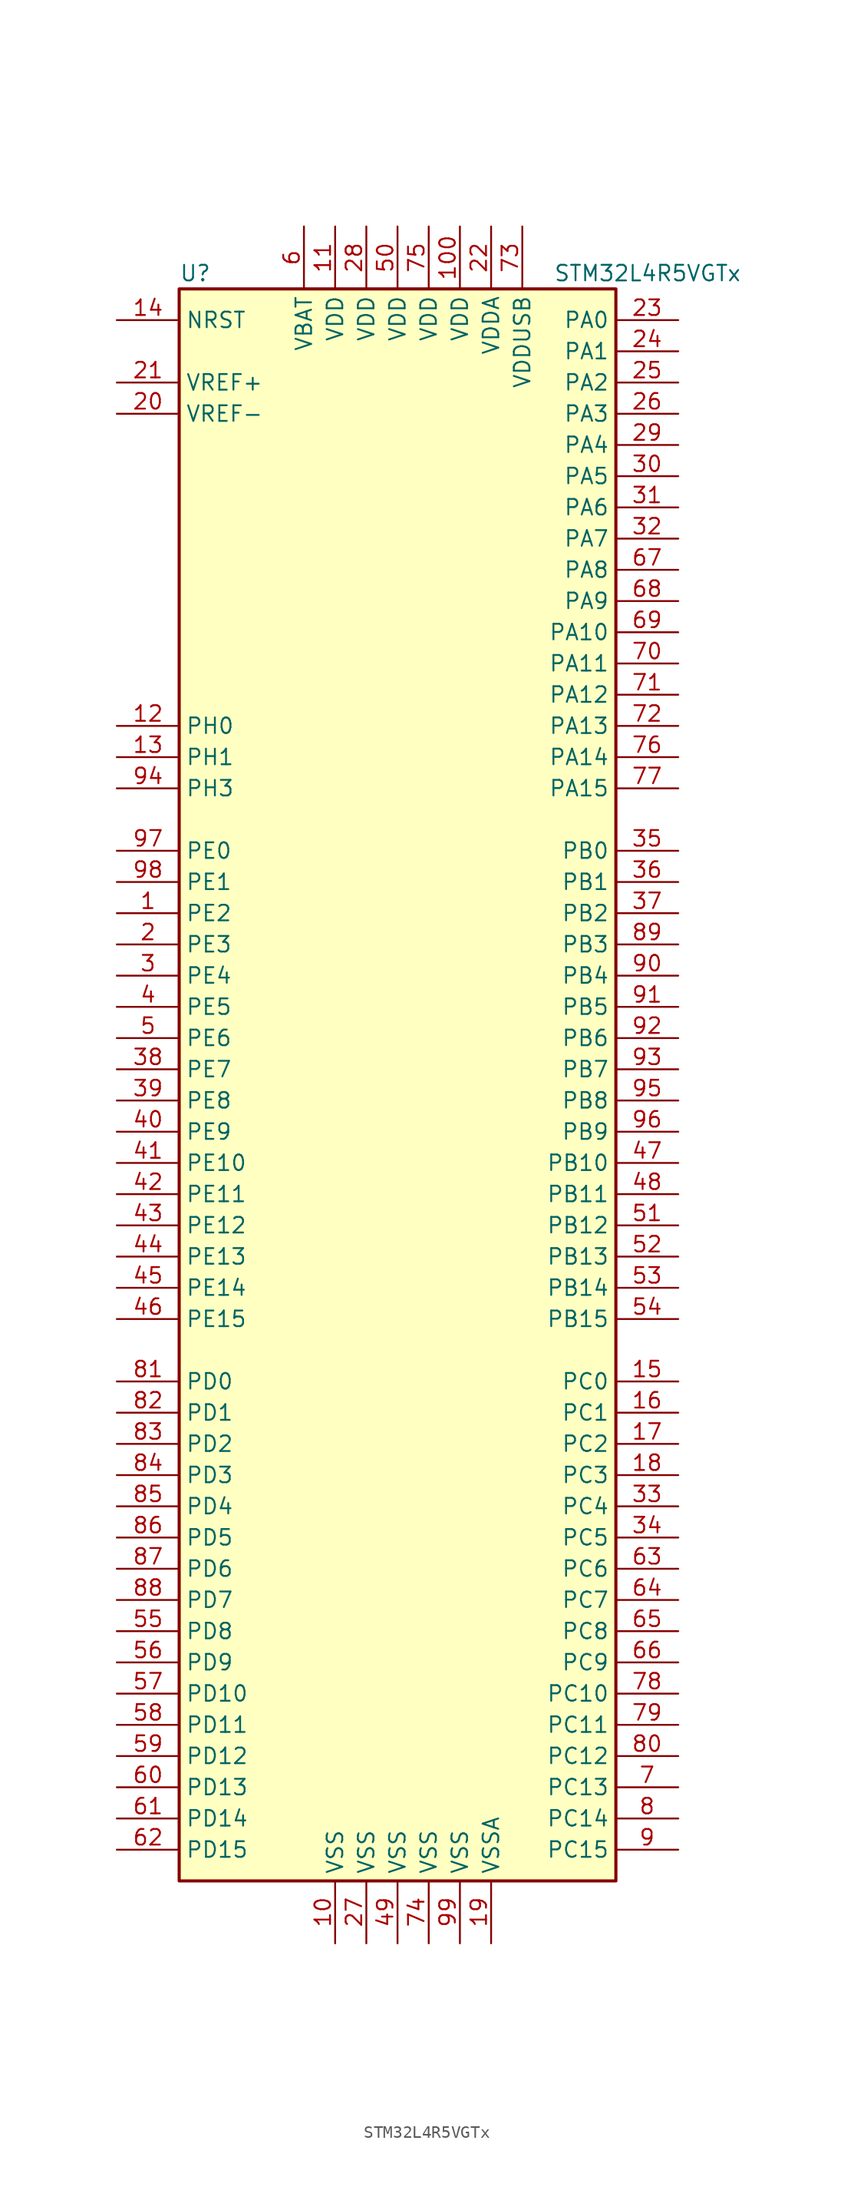
<source format=kicad_sym>
(kicad_symbol_lib
  (version 20211014)
  (generator kicad_symbol_editor)
  (symbol "STM32L4R5VGTx"
    (property "Reference" "U"
      (at -17.78 64.77 0)
      (effects (font (size 1.27 1.27)) (justify left)))
    (property "Value" "STM32L4R5VGTx"
      (at 12.7 64.77 0)
      (effects (font (size 1.27 1.27)) (justify left)))
    (symbol "STM32L4R5VGTx_0_1"
      (rectangle (start -17.78 -66.04) (end 17.78 63.5) (stroke (width 0.254) (type default) (color 0 0 0 0)) (fill (type background))))
    (symbol "STM32L4R5VGTx_1_1"
      (pin bidirectional line (at -22.86 12.7 0) (length 5.08) (name "PE2" (effects (font (size 1.27 1.27)))) (number "1" (effects (font (size 1.27 1.27)))))
      (pin power_in line (at -5.08 -71.12 90) (length 5.08) (name "VSS" (effects (font (size 1.27 1.27)))) (number "10" (effects (font (size 1.27 1.27)))))
      (pin power_in line (at 5.08 68.58 270) (length 5.08) (name "VDD" (effects (font (size 1.27 1.27)))) (number "100" (effects (font (size 1.27 1.27)))))
      (pin power_in line (at -5.08 68.58 270) (length 5.08) (name "VDD" (effects (font (size 1.27 1.27)))) (number "11" (effects (font (size 1.27 1.27)))))
      (pin input line (at -22.86 27.94 0) (length 5.08) (name "PH0" (effects (font (size 1.27 1.27)))) (number "12" (effects (font (size 1.27 1.27)))))
      (pin input line (at -22.86 25.4 0) (length 5.08) (name "PH1" (effects (font (size 1.27 1.27)))) (number "13" (effects (font (size 1.27 1.27)))))
      (pin input line (at -22.86 60.96 0) (length 5.08) (name "NRST" (effects (font (size 1.27 1.27)))) (number "14" (effects (font (size 1.27 1.27)))))
      (pin bidirectional line (at 22.86 -25.4 180) (length 5.08) (name "PC0" (effects (font (size 1.27 1.27)))) (number "15" (effects (font (size 1.27 1.27)))))
      (pin bidirectional line (at 22.86 -27.94 180) (length 5.08) (name "PC1" (effects (font (size 1.27 1.27)))) (number "16" (effects (font (size 1.27 1.27)))))
      (pin bidirectional line (at 22.86 -30.48 180) (length 5.08) (name "PC2" (effects (font (size 1.27 1.27)))) (number "17" (effects (font (size 1.27 1.27)))))
      (pin bidirectional line (at 22.86 -33.02 180) (length 5.08) (name "PC3" (effects (font (size 1.27 1.27)))) (number "18" (effects (font (size 1.27 1.27)))))
      (pin power_in line (at 7.62 -71.12 90) (length 5.08) (name "VSSA" (effects (font (size 1.27 1.27)))) (number "19" (effects (font (size 1.27 1.27)))))
      (pin bidirectional line (at -22.86 10.16 0) (length 5.08) (name "PE3" (effects (font (size 1.27 1.27)))) (number "2" (effects (font (size 1.27 1.27)))))
      (pin power_in line (at -22.86 53.34 0) (length 5.08) (name "VREF-" (effects (font (size 1.27 1.27)))) (number "20" (effects (font (size 1.27 1.27)))))
      (pin bidirectional line (at -22.86 55.88 0) (length 5.08) (name "VREF+" (effects (font (size 1.27 1.27)))) (number "21" (effects (font (size 1.27 1.27)))))
      (pin power_in line (at 7.62 68.58 270) (length 5.08) (name "VDDA" (effects (font (size 1.27 1.27)))) (number "22" (effects (font (size 1.27 1.27)))))
      (pin bidirectional line (at 22.86 60.96 180) (length 5.08) (name "PA0" (effects (font (size 1.27 1.27)))) (number "23" (effects (font (size 1.27 1.27)))))
      (pin bidirectional line (at 22.86 58.42 180) (length 5.08) (name "PA1" (effects (font (size 1.27 1.27)))) (number "24" (effects (font (size 1.27 1.27)))))
      (pin bidirectional line (at 22.86 55.88 180) (length 5.08) (name "PA2" (effects (font (size 1.27 1.27)))) (number "25" (effects (font (size 1.27 1.27)))))
      (pin bidirectional line (at 22.86 53.34 180) (length 5.08) (name "PA3" (effects (font (size 1.27 1.27)))) (number "26" (effects (font (size 1.27 1.27)))))
      (pin power_in line (at -2.54 -71.12 90) (length 5.08) (name "VSS" (effects (font (size 1.27 1.27)))) (number "27" (effects (font (size 1.27 1.27)))))
      (pin power_in line (at -2.54 68.58 270) (length 5.08) (name "VDD" (effects (font (size 1.27 1.27)))) (number "28" (effects (font (size 1.27 1.27)))))
      (pin bidirectional line (at 22.86 50.8 180) (length 5.08) (name "PA4" (effects (font (size 1.27 1.27)))) (number "29" (effects (font (size 1.27 1.27)))))
      (pin bidirectional line (at -22.86 7.62 0) (length 5.08) (name "PE4" (effects (font (size 1.27 1.27)))) (number "3" (effects (font (size 1.27 1.27)))))
      (pin bidirectional line (at 22.86 48.26 180) (length 5.08) (name "PA5" (effects (font (size 1.27 1.27)))) (number "30" (effects (font (size 1.27 1.27)))))
      (pin bidirectional line (at 22.86 45.72 180) (length 5.08) (name "PA6" (effects (font (size 1.27 1.27)))) (number "31" (effects (font (size 1.27 1.27)))))
      (pin bidirectional line (at 22.86 43.18 180) (length 5.08) (name "PA7" (effects (font (size 1.27 1.27)))) (number "32" (effects (font (size 1.27 1.27)))))
      (pin bidirectional line (at 22.86 -35.56 180) (length 5.08) (name "PC4" (effects (font (size 1.27 1.27)))) (number "33" (effects (font (size 1.27 1.27)))))
      (pin bidirectional line (at 22.86 -38.1 180) (length 5.08) (name "PC5" (effects (font (size 1.27 1.27)))) (number "34" (effects (font (size 1.27 1.27)))))
      (pin bidirectional line (at 22.86 17.78 180) (length 5.08) (name "PB0" (effects (font (size 1.27 1.27)))) (number "35" (effects (font (size 1.27 1.27)))))
      (pin bidirectional line (at 22.86 15.24 180) (length 5.08) (name "PB1" (effects (font (size 1.27 1.27)))) (number "36" (effects (font (size 1.27 1.27)))))
      (pin bidirectional line (at 22.86 12.7 180) (length 5.08) (name "PB2" (effects (font (size 1.27 1.27)))) (number "37" (effects (font (size 1.27 1.27)))))
      (pin bidirectional line (at -22.86 0 0) (length 5.08) (name "PE7" (effects (font (size 1.27 1.27)))) (number "38" (effects (font (size 1.27 1.27)))))
      (pin bidirectional line (at -22.86 -2.54 0) (length 5.08) (name "PE8" (effects (font (size 1.27 1.27)))) (number "39" (effects (font (size 1.27 1.27)))))
      (pin bidirectional line (at -22.86 5.08 0) (length 5.08) (name "PE5" (effects (font (size 1.27 1.27)))) (number "4" (effects (font (size 1.27 1.27)))))
      (pin bidirectional line (at -22.86 -5.08 0) (length 5.08) (name "PE9" (effects (font (size 1.27 1.27)))) (number "40" (effects (font (size 1.27 1.27)))))
      (pin bidirectional line (at -22.86 -7.62 0) (length 5.08) (name "PE10" (effects (font (size 1.27 1.27)))) (number "41" (effects (font (size 1.27 1.27)))))
      (pin bidirectional line (at -22.86 -10.16 0) (length 5.08) (name "PE11" (effects (font (size 1.27 1.27)))) (number "42" (effects (font (size 1.27 1.27)))))
      (pin bidirectional line (at -22.86 -12.7 0) (length 5.08) (name "PE12" (effects (font (size 1.27 1.27)))) (number "43" (effects (font (size 1.27 1.27)))))
      (pin bidirectional line (at -22.86 -15.24 0) (length 5.08) (name "PE13" (effects (font (size 1.27 1.27)))) (number "44" (effects (font (size 1.27 1.27)))))
      (pin bidirectional line (at -22.86 -17.78 0) (length 5.08) (name "PE14" (effects (font (size 1.27 1.27)))) (number "45" (effects (font (size 1.27 1.27)))))
      (pin bidirectional line (at -22.86 -20.32 0) (length 5.08) (name "PE15" (effects (font (size 1.27 1.27)))) (number "46" (effects (font (size 1.27 1.27)))))
      (pin bidirectional line (at 22.86 -7.62 180) (length 5.08) (name "PB10" (effects (font (size 1.27 1.27)))) (number "47" (effects (font (size 1.27 1.27)))))
      (pin bidirectional line (at 22.86 -10.16 180) (length 5.08) (name "PB11" (effects (font (size 1.27 1.27)))) (number "48" (effects (font (size 1.27 1.27)))))
      (pin power_in line (at 0 -71.12 90) (length 5.08) (name "VSS" (effects (font (size 1.27 1.27)))) (number "49" (effects (font (size 1.27 1.27)))))
      (pin bidirectional line (at -22.86 2.54 0) (length 5.08) (name "PE6" (effects (font (size 1.27 1.27)))) (number "5" (effects (font (size 1.27 1.27)))))
      (pin power_in line (at 0 68.58 270) (length 5.08) (name "VDD" (effects (font (size 1.27 1.27)))) (number "50" (effects (font (size 1.27 1.27)))))
      (pin bidirectional line (at 22.86 -12.7 180) (length 5.08) (name "PB12" (effects (font (size 1.27 1.27)))) (number "51" (effects (font (size 1.27 1.27)))))
      (pin bidirectional line (at 22.86 -15.24 180) (length 5.08) (name "PB13" (effects (font (size 1.27 1.27)))) (number "52" (effects (font (size 1.27 1.27)))))
      (pin bidirectional line (at 22.86 -17.78 180) (length 5.08) (name "PB14" (effects (font (size 1.27 1.27)))) (number "53" (effects (font (size 1.27 1.27)))))
      (pin bidirectional line (at 22.86 -20.32 180) (length 5.08) (name "PB15" (effects (font (size 1.27 1.27)))) (number "54" (effects (font (size 1.27 1.27)))))
      (pin bidirectional line (at -22.86 -45.72 0) (length 5.08) (name "PD8" (effects (font (size 1.27 1.27)))) (number "55" (effects (font (size 1.27 1.27)))))
      (pin bidirectional line (at -22.86 -48.26 0) (length 5.08) (name "PD9" (effects (font (size 1.27 1.27)))) (number "56" (effects (font (size 1.27 1.27)))))
      (pin bidirectional line (at -22.86 -50.8 0) (length 5.08) (name "PD10" (effects (font (size 1.27 1.27)))) (number "57" (effects (font (size 1.27 1.27)))))
      (pin bidirectional line (at -22.86 -53.34 0) (length 5.08) (name "PD11" (effects (font (size 1.27 1.27)))) (number "58" (effects (font (size 1.27 1.27)))))
      (pin bidirectional line (at -22.86 -55.88 0) (length 5.08) (name "PD12" (effects (font (size 1.27 1.27)))) (number "59" (effects (font (size 1.27 1.27)))))
      (pin power_in line (at -7.62 68.58 270) (length 5.08) (name "VBAT" (effects (font (size 1.27 1.27)))) (number "6" (effects (font (size 1.27 1.27)))))
      (pin bidirectional line (at -22.86 -58.42 0) (length 5.08) (name "PD13" (effects (font (size 1.27 1.27)))) (number "60" (effects (font (size 1.27 1.27)))))
      (pin bidirectional line (at -22.86 -60.96 0) (length 5.08) (name "PD14" (effects (font (size 1.27 1.27)))) (number "61" (effects (font (size 1.27 1.27)))))
      (pin bidirectional line (at -22.86 -63.5 0) (length 5.08) (name "PD15" (effects (font (size 1.27 1.27)))) (number "62" (effects (font (size 1.27 1.27)))))
      (pin bidirectional line (at 22.86 -40.64 180) (length 5.08) (name "PC6" (effects (font (size 1.27 1.27)))) (number "63" (effects (font (size 1.27 1.27)))))
      (pin bidirectional line (at 22.86 -43.18 180) (length 5.08) (name "PC7" (effects (font (size 1.27 1.27)))) (number "64" (effects (font (size 1.27 1.27)))))
      (pin bidirectional line (at 22.86 -45.72 180) (length 5.08) (name "PC8" (effects (font (size 1.27 1.27)))) (number "65" (effects (font (size 1.27 1.27)))))
      (pin bidirectional line (at 22.86 -48.26 180) (length 5.08) (name "PC9" (effects (font (size 1.27 1.27)))) (number "66" (effects (font (size 1.27 1.27)))))
      (pin bidirectional line (at 22.86 40.64 180) (length 5.08) (name "PA8" (effects (font (size 1.27 1.27)))) (number "67" (effects (font (size 1.27 1.27)))))
      (pin bidirectional line (at 22.86 38.1 180) (length 5.08) (name "PA9" (effects (font (size 1.27 1.27)))) (number "68" (effects (font (size 1.27 1.27)))))
      (pin bidirectional line (at 22.86 35.56 180) (length 5.08) (name "PA10" (effects (font (size 1.27 1.27)))) (number "69" (effects (font (size 1.27 1.27)))))
      (pin bidirectional line (at 22.86 -58.42 180) (length 5.08) (name "PC13" (effects (font (size 1.27 1.27)))) (number "7" (effects (font (size 1.27 1.27)))))
      (pin bidirectional line (at 22.86 33.02 180) (length 5.08) (name "PA11" (effects (font (size 1.27 1.27)))) (number "70" (effects (font (size 1.27 1.27)))))
      (pin bidirectional line (at 22.86 30.48 180) (length 5.08) (name "PA12" (effects (font (size 1.27 1.27)))) (number "71" (effects (font (size 1.27 1.27)))))
      (pin bidirectional line (at 22.86 27.94 180) (length 5.08) (name "PA13" (effects (font (size 1.27 1.27)))) (number "72" (effects (font (size 1.27 1.27)))))
      (pin power_in line (at 10.16 68.58 270) (length 5.08) (name "VDDUSB" (effects (font (size 1.27 1.27)))) (number "73" (effects (font (size 1.27 1.27)))))
      (pin power_in line (at 2.54 -71.12 90) (length 5.08) (name "VSS" (effects (font (size 1.27 1.27)))) (number "74" (effects (font (size 1.27 1.27)))))
      (pin power_in line (at 2.54 68.58 270) (length 5.08) (name "VDD" (effects (font (size 1.27 1.27)))) (number "75" (effects (font (size 1.27 1.27)))))
      (pin bidirectional line (at 22.86 25.4 180) (length 5.08) (name "PA14" (effects (font (size 1.27 1.27)))) (number "76" (effects (font (size 1.27 1.27)))))
      (pin bidirectional line (at 22.86 22.86 180) (length 5.08) (name "PA15" (effects (font (size 1.27 1.27)))) (number "77" (effects (font (size 1.27 1.27)))))
      (pin bidirectional line (at 22.86 -50.8 180) (length 5.08) (name "PC10" (effects (font (size 1.27 1.27)))) (number "78" (effects (font (size 1.27 1.27)))))
      (pin bidirectional line (at 22.86 -53.34 180) (length 5.08) (name "PC11" (effects (font (size 1.27 1.27)))) (number "79" (effects (font (size 1.27 1.27)))))
      (pin bidirectional line (at 22.86 -60.96 180) (length 5.08) (name "PC14" (effects (font (size 1.27 1.27)))) (number "8" (effects (font (size 1.27 1.27)))))
      (pin bidirectional line (at 22.86 -55.88 180) (length 5.08) (name "PC12" (effects (font (size 1.27 1.27)))) (number "80" (effects (font (size 1.27 1.27)))))
      (pin bidirectional line (at -22.86 -25.4 0) (length 5.08) (name "PD0" (effects (font (size 1.27 1.27)))) (number "81" (effects (font (size 1.27 1.27)))))
      (pin bidirectional line (at -22.86 -27.94 0) (length 5.08) (name "PD1" (effects (font (size 1.27 1.27)))) (number "82" (effects (font (size 1.27 1.27)))))
      (pin bidirectional line (at -22.86 -30.48 0) (length 5.08) (name "PD2" (effects (font (size 1.27 1.27)))) (number "83" (effects (font (size 1.27 1.27)))))
      (pin bidirectional line (at -22.86 -33.02 0) (length 5.08) (name "PD3" (effects (font (size 1.27 1.27)))) (number "84" (effects (font (size 1.27 1.27)))))
      (pin bidirectional line (at -22.86 -35.56 0) (length 5.08) (name "PD4" (effects (font (size 1.27 1.27)))) (number "85" (effects (font (size 1.27 1.27)))))
      (pin bidirectional line (at -22.86 -38.1 0) (length 5.08) (name "PD5" (effects (font (size 1.27 1.27)))) (number "86" (effects (font (size 1.27 1.27)))))
      (pin bidirectional line (at -22.86 -40.64 0) (length 5.08) (name "PD6" (effects (font (size 1.27 1.27)))) (number "87" (effects (font (size 1.27 1.27)))))
      (pin bidirectional line (at -22.86 -43.18 0) (length 5.08) (name "PD7" (effects (font (size 1.27 1.27)))) (number "88" (effects (font (size 1.27 1.27)))))
      (pin bidirectional line (at 22.86 10.16 180) (length 5.08) (name "PB3" (effects (font (size 1.27 1.27)))) (number "89" (effects (font (size 1.27 1.27)))))
      (pin bidirectional line (at 22.86 -63.5 180) (length 5.08) (name "PC15" (effects (font (size 1.27 1.27)))) (number "9" (effects (font (size 1.27 1.27)))))
      (pin bidirectional line (at 22.86 7.62 180) (length 5.08) (name "PB4" (effects (font (size 1.27 1.27)))) (number "90" (effects (font (size 1.27 1.27)))))
      (pin bidirectional line (at 22.86 5.08 180) (length 5.08) (name "PB5" (effects (font (size 1.27 1.27)))) (number "91" (effects (font (size 1.27 1.27)))))
      (pin bidirectional line (at 22.86 2.54 180) (length 5.08) (name "PB6" (effects (font (size 1.27 1.27)))) (number "92" (effects (font (size 1.27 1.27)))))
      (pin bidirectional line (at 22.86 0 180) (length 5.08) (name "PB7" (effects (font (size 1.27 1.27)))) (number "93" (effects (font (size 1.27 1.27)))))
      (pin bidirectional line (at -22.86 22.86 0) (length 5.08) (name "PH3" (effects (font (size 1.27 1.27)))) (number "94" (effects (font (size 1.27 1.27)))))
      (pin bidirectional line (at 22.86 -2.54 180) (length 5.08) (name "PB8" (effects (font (size 1.27 1.27)))) (number "95" (effects (font (size 1.27 1.27)))))
      (pin bidirectional line (at 22.86 -5.08 180) (length 5.08) (name "PB9" (effects (font (size 1.27 1.27)))) (number "96" (effects (font (size 1.27 1.27)))))
      (pin bidirectional line (at -22.86 17.78 0) (length 5.08) (name "PE0" (effects (font (size 1.27 1.27)))) (number "97" (effects (font (size 1.27 1.27)))))
      (pin bidirectional line (at -22.86 15.24 0) (length 5.08) (name "PE1" (effects (font (size 1.27 1.27)))) (number "98" (effects (font (size 1.27 1.27)))))
      (pin power_in line (at 5.08 -71.12 90) (length 5.08) (name "VSS" (effects (font (size 1.27 1.27)))) (number "99" (effects (font (size 1.27 1.27))))))))
</source>
